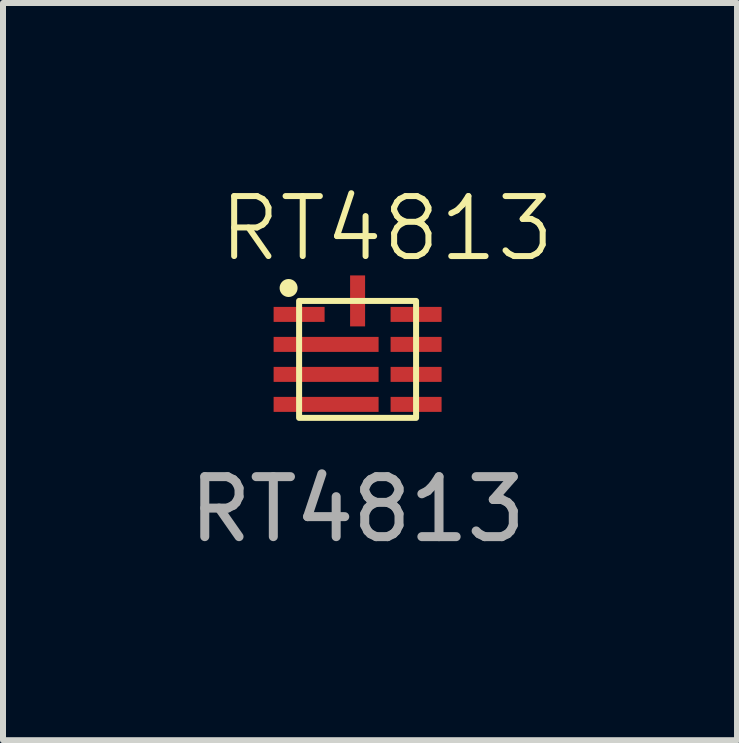
<source format=kicad_pcb>
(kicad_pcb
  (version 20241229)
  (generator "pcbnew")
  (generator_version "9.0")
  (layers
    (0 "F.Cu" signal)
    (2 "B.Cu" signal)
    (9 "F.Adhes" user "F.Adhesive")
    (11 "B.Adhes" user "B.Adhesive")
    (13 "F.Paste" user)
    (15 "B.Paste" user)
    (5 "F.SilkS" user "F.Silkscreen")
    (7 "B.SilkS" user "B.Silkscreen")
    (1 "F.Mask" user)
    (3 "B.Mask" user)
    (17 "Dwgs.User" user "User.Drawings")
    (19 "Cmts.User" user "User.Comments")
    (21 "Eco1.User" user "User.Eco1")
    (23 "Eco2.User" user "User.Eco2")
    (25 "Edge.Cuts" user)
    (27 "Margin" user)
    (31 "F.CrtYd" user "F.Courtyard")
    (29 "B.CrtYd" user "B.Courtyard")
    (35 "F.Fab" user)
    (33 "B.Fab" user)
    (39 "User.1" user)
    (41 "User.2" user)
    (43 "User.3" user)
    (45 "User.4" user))
  (footprint "RT4813"
    (layer "F.Cu")
    (at 2.911 2.941)
    (property "Reference" "RT4813" (at 0.49 -2.18 0) (unlocked yes) (layer "F.SilkS") (effects (font (size 1 1) (thickness 0.1))))
    (attr smd)
    (fp_rect (start -0.975 -0.975) (end 0.975 0.975) (stroke (width 0.1) (type solid)) (fill no) (layer "F.SilkS"))
    (fp_circle (center -1.15 -1.19) (end -1.05 -1.19) (stroke (width 0.1) (type solid)) (fill yes) (layer "F.SilkS"))
    (fp_text user "${REFERENCE}" (at 0 2.5 0) (unlocked yes) (layer "F.Fab") (effects (font (size 1 1) (thickness 0.15))))
    (pad "1" smd rect (at -0.975 -0.75) (size 0.85 0.25) (layers "F.Cu" "F.Mask" "F.Paste"))
    (pad "2" smd rect (at -0.525 -0.25) (size 1.75 0.25) (layers "F.Cu" "F.Mask" "F.Paste"))
    (pad "3" smd rect (at -0.525 0.25) (size 1.75 0.25) (layers "F.Cu" "F.Mask" "F.Paste"))
    (pad "4" smd rect (at -0.525 0.75) (size 1.75 0.25) (layers "F.Cu" "F.Mask" "F.Paste"))
    (pad "5" smd rect (at 0.975 0.75 180) (size 0.85 0.25) (layers "F.Cu" "F.Mask" "F.Paste"))
    (pad "6" smd rect (at 0.975 0.25 180) (size 0.85 0.25) (layers "F.Cu" "F.Mask" "F.Paste"))
    (pad "7" smd rect (at 0.975 -0.25 180) (size 0.85 0.25) (layers "F.Cu" "F.Mask" "F.Paste"))
    (pad "8" smd rect (at 0.975 -0.75 180) (size 0.85 0.25) (layers "F.Cu" "F.Mask" "F.Paste"))
    (pad "9" smd rect (at 0 -0.975 90) (size 0.85 0.25) (layers "F.Cu" "F.Mask" "F.Paste")))
  (gr_rect
    (start -3 -3)
    (end 9.236 9.289)
    (stroke (width 0.1) (type default))
    (fill no)
    (layer "Edge.Cuts")))
</source>
